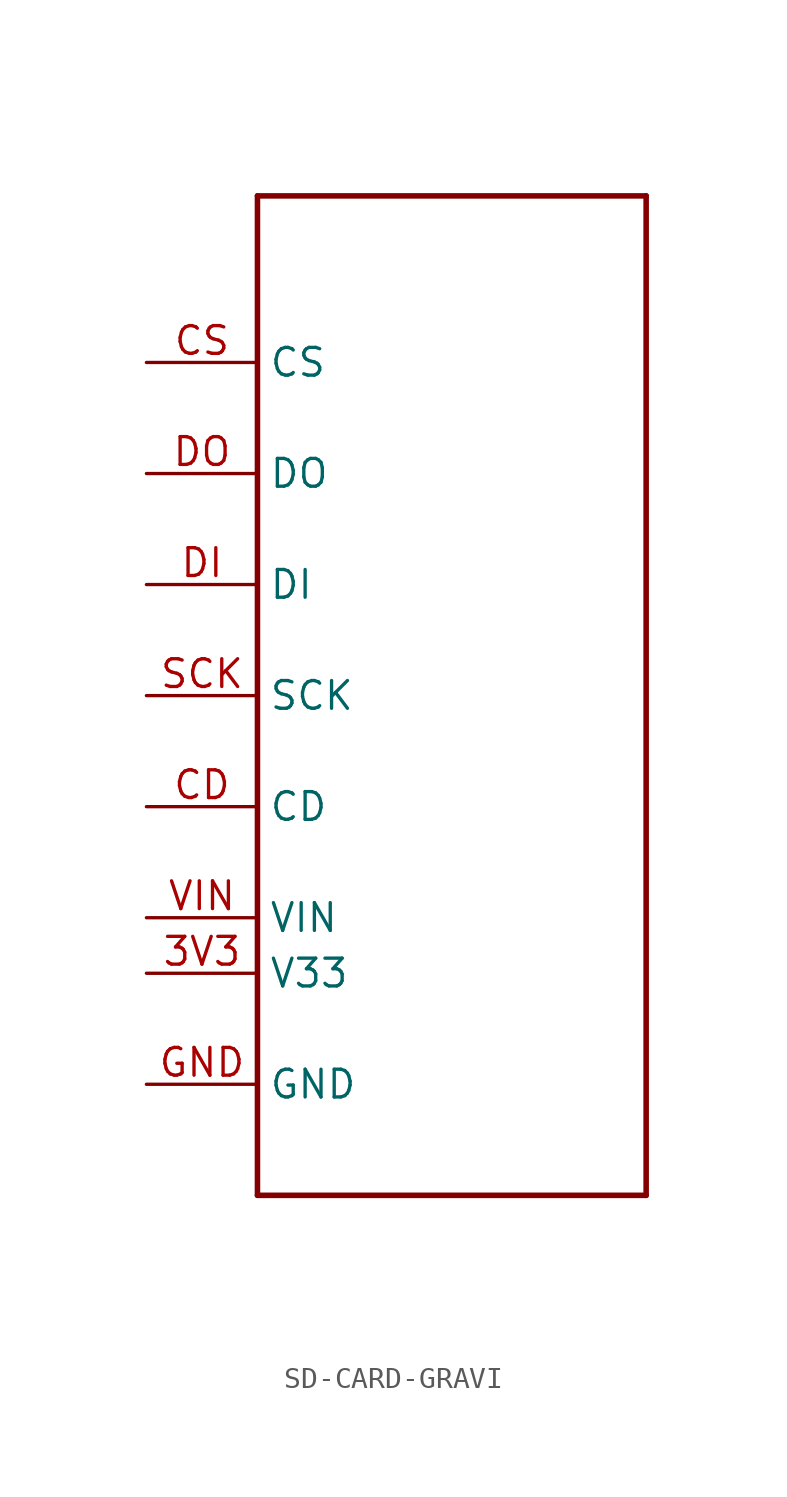
<source format=kicad_sym>
(kicad_symbol_lib
  (version 20231120)
  (generator "kicad_symbol_editor")
  (generator_version "8.0")
  (symbol "SD-CARD-GRAVI"
    (property "Reference" ""
      (at -5.08 22.86 0)
      (effects (font (size 1.778 1.511)) (justify left bottom) (hide yes)))
    (property "Value" ""
      (at -5.08 -25.4 0)
      (effects (font (size 1.778 1.511)) (justify left bottom)))
    (property "ki_locked" ""
      (at 0 0 0)
      (effects (font (size 1.27 1.27))))
    (symbol "SD-CARD-GRAVI_1_0"
      (polyline (pts (xy -7.62 -22.86) (xy -7.62 22.86)) (stroke (width 0.254) (type solid)) (fill (type none)))
      (polyline (pts (xy -7.62 22.86) (xy 10.16 22.86)) (stroke (width 0.254) (type solid)) (fill (type none)))
      (polyline (pts (xy 10.16 -22.86) (xy -7.62 -22.86)) (stroke (width 0.254) (type solid)) (fill (type none)))
      (polyline (pts (xy 10.16 22.86) (xy 10.16 -22.86)) (stroke (width 0.254) (type solid)) (fill (type none)))
      (pin power_in line (at -12.7 -12.7 0) (length 5.08) (name "V33" (effects (font (size 1.27 1.27)))) (number "3V3" (effects (font (size 1.27 1.27)))))
      (pin input line (at -12.7 -5.08 0) (length 5.08) (name "CD" (effects (font (size 1.27 1.27)))) (number "CD" (effects (font (size 1.27 1.27)))))
      (pin bidirectional line (at -12.7 15.24 0) (length 5.08) (name "CS" (effects (font (size 1.27 1.27)))) (number "CS" (effects (font (size 1.27 1.27)))))
      (pin input line (at -12.7 5.08 0) (length 5.08) (name "DI" (effects (font (size 1.27 1.27)))) (number "DI" (effects (font (size 1.27 1.27)))))
      (pin bidirectional line (at -12.7 10.16 0) (length 5.08) (name "DO" (effects (font (size 1.27 1.27)))) (number "DO" (effects (font (size 1.27 1.27)))))
      (pin power_in line (at -12.7 -17.78 0) (length 5.08) (name "GND" (effects (font (size 1.27 1.27)))) (number "GND" (effects (font (size 1.27 1.27)))))
      (pin input line (at -12.7 0 0) (length 5.08) (name "SCK" (effects (font (size 1.27 1.27)))) (number "SCK" (effects (font (size 1.27 1.27)))))
      (pin power_in line (at -12.7 -10.16 0) (length 5.08) (name "VIN" (effects (font (size 1.27 1.27)))) (number "VIN" (effects (font (size 1.27 1.27))))))))
</source>
